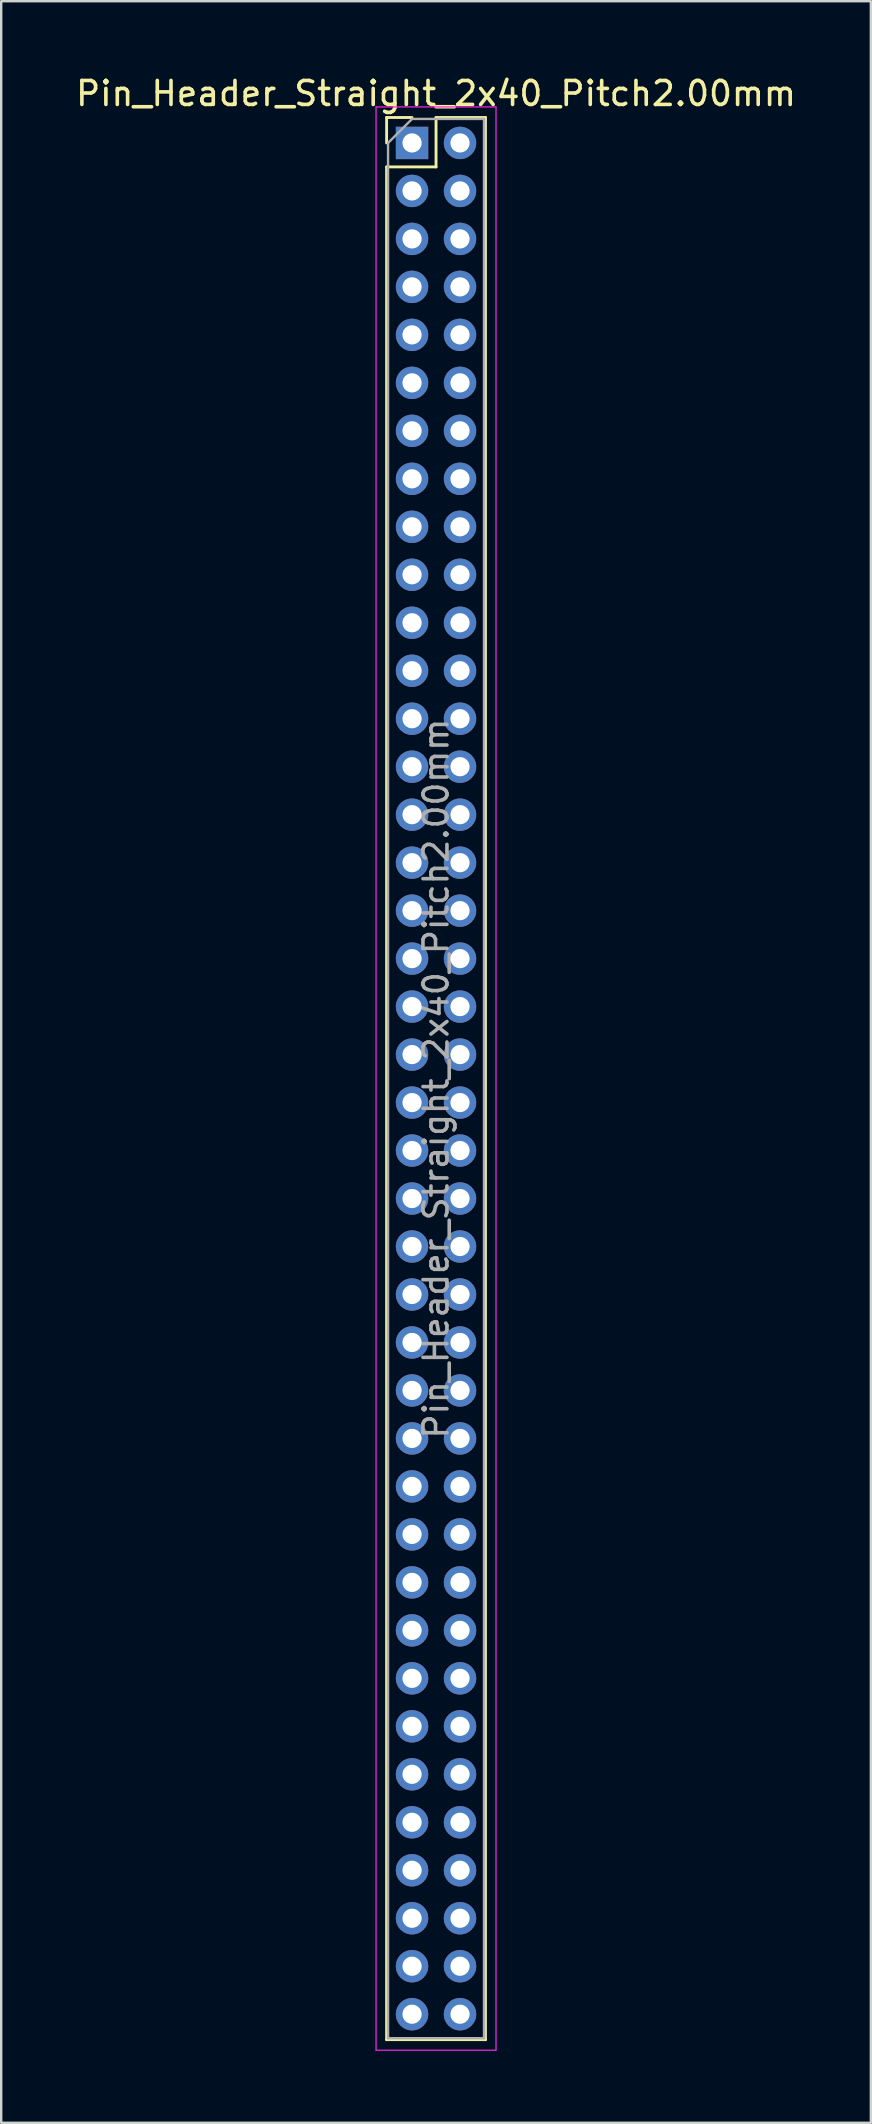
<source format=kicad_pcb>
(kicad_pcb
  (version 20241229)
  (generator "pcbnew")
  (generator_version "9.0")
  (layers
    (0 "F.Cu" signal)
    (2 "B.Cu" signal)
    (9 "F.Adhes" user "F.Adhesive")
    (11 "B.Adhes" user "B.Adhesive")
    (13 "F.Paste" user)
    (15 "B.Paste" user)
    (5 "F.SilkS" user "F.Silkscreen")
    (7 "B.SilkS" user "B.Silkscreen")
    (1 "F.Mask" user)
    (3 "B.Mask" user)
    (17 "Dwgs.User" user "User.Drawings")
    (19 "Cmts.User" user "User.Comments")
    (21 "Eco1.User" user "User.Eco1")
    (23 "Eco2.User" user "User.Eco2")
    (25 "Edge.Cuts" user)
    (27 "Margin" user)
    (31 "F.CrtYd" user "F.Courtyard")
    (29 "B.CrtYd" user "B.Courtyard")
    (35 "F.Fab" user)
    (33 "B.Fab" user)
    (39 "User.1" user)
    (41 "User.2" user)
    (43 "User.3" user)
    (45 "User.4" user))
  (footprint "Pin_Header_Straight_2x40_Pitch2.00mm"
    (layer "F.Cu")
    (at 14.125 2.908)
    (property "Reference" "Pin_Header_Straight_2x40_Pitch2.00mm" (at 1 -2.06 0) (layer "F.SilkS") (effects (font (size 1 1) (thickness 0.15))))
    (attr through_hole)
    (fp_line (start -1.06 -1.06) (end 0 -1.06) (stroke (width 0.12) (type solid)) (layer "F.SilkS"))
    (fp_line (start -1.06 0) (end -1.06 -1.06) (stroke (width 0.12) (type solid)) (layer "F.SilkS"))
    (fp_line (start -1.06 1) (end -1.06 79.06) (stroke (width 0.12) (type solid)) (layer "F.SilkS"))
    (fp_line (start -1.06 1) (end 1 1) (stroke (width 0.12) (type solid)) (layer "F.SilkS"))
    (fp_line (start -1.06 79.06) (end 3.06 79.06) (stroke (width 0.12) (type solid)) (layer "F.SilkS"))
    (fp_line (start 1 -1.06) (end 3.06 -1.06) (stroke (width 0.12) (type solid)) (layer "F.SilkS"))
    (fp_line (start 1 1) (end 1 -1.06) (stroke (width 0.12) (type solid)) (layer "F.SilkS"))
    (fp_line (start 3.06 -1.06) (end 3.06 79.06) (stroke (width 0.12) (type solid)) (layer "F.SilkS"))
    (fp_line (start -1.5 -1.5) (end -1.5 79.5) (stroke (width 0.05) (type solid)) (layer "F.CrtYd"))
    (fp_line (start -1.5 79.5) (end 3.5 79.5) (stroke (width 0.05) (type solid)) (layer "F.CrtYd"))
    (fp_line (start 3.5 -1.5) (end -1.5 -1.5) (stroke (width 0.05) (type solid)) (layer "F.CrtYd"))
    (fp_line (start 3.5 79.5) (end 3.5 -1.5) (stroke (width 0.05) (type solid)) (layer "F.CrtYd"))
    (fp_line (start -1 0) (end 0 -1) (stroke (width 0.1) (type solid)) (layer "F.Fab"))
    (fp_line (start -1 79) (end -1 0) (stroke (width 0.1) (type solid)) (layer "F.Fab"))
    (fp_line (start 0 -1) (end 3 -1) (stroke (width 0.1) (type solid)) (layer "F.Fab"))
    (fp_line (start 3 -1) (end 3 79) (stroke (width 0.1) (type solid)) (layer "F.Fab"))
    (fp_line (start 3 79) (end -1 79) (stroke (width 0.1) (type solid)) (layer "F.Fab"))
    (fp_text user "${REFERENCE}" (at 1 39 90) (layer "F.Fab") (effects (font (size 1 1) (thickness 0.15))))
    (pad "1" thru_hole rect (at 0 0) (size 1.35 1.35) (drill 0.8) (layers "*.Cu" "*.Mask"))
    (pad "2" thru_hole oval (at 2 0) (size 1.35 1.35) (drill 0.8) (layers "*.Cu" "*.Mask"))
    (pad "3" thru_hole oval (at 0 2) (size 1.35 1.35) (drill 0.8) (layers "*.Cu" "*.Mask"))
    (pad "4" thru_hole oval (at 2 2) (size 1.35 1.35) (drill 0.8) (layers "*.Cu" "*.Mask"))
    (pad "5" thru_hole oval (at 0 4) (size 1.35 1.35) (drill 0.8) (layers "*.Cu" "*.Mask"))
    (pad "6" thru_hole oval (at 2 4) (size 1.35 1.35) (drill 0.8) (layers "*.Cu" "*.Mask"))
    (pad "7" thru_hole oval (at 0 6) (size 1.35 1.35) (drill 0.8) (layers "*.Cu" "*.Mask"))
    (pad "8" thru_hole oval (at 2 6) (size 1.35 1.35) (drill 0.8) (layers "*.Cu" "*.Mask"))
    (pad "9" thru_hole oval (at 0 8) (size 1.35 1.35) (drill 0.8) (layers "*.Cu" "*.Mask"))
    (pad "10" thru_hole oval (at 2 8) (size 1.35 1.35) (drill 0.8) (layers "*.Cu" "*.Mask"))
    (pad "11" thru_hole oval (at 0 10) (size 1.35 1.35) (drill 0.8) (layers "*.Cu" "*.Mask"))
    (pad "12" thru_hole oval (at 2 10) (size 1.35 1.35) (drill 0.8) (layers "*.Cu" "*.Mask"))
    (pad "13" thru_hole oval (at 0 12) (size 1.35 1.35) (drill 0.8) (layers "*.Cu" "*.Mask"))
    (pad "14" thru_hole oval (at 2 12) (size 1.35 1.35) (drill 0.8) (layers "*.Cu" "*.Mask"))
    (pad "15" thru_hole oval (at 0 14) (size 1.35 1.35) (drill 0.8) (layers "*.Cu" "*.Mask"))
    (pad "16" thru_hole oval (at 2 14) (size 1.35 1.35) (drill 0.8) (layers "*.Cu" "*.Mask"))
    (pad "17" thru_hole oval (at 0 16) (size 1.35 1.35) (drill 0.8) (layers "*.Cu" "*.Mask"))
    (pad "18" thru_hole oval (at 2 16) (size 1.35 1.35) (drill 0.8) (layers "*.Cu" "*.Mask"))
    (pad "19" thru_hole oval (at 0 18) (size 1.35 1.35) (drill 0.8) (layers "*.Cu" "*.Mask"))
    (pad "20" thru_hole oval (at 2 18) (size 1.35 1.35) (drill 0.8) (layers "*.Cu" "*.Mask"))
    (pad "21" thru_hole oval (at 0 20) (size 1.35 1.35) (drill 0.8) (layers "*.Cu" "*.Mask"))
    (pad "22" thru_hole oval (at 2 20) (size 1.35 1.35) (drill 0.8) (layers "*.Cu" "*.Mask"))
    (pad "23" thru_hole oval (at 0 22) (size 1.35 1.35) (drill 0.8) (layers "*.Cu" "*.Mask"))
    (pad "24" thru_hole oval (at 2 22) (size 1.35 1.35) (drill 0.8) (layers "*.Cu" "*.Mask"))
    (pad "25" thru_hole oval (at 0 24) (size 1.35 1.35) (drill 0.8) (layers "*.Cu" "*.Mask"))
    (pad "26" thru_hole oval (at 2 24) (size 1.35 1.35) (drill 0.8) (layers "*.Cu" "*.Mask"))
    (pad "27" thru_hole oval (at 0 26) (size 1.35 1.35) (drill 0.8) (layers "*.Cu" "*.Mask"))
    (pad "28" thru_hole oval (at 2 26) (size 1.35 1.35) (drill 0.8) (layers "*.Cu" "*.Mask"))
    (pad "29" thru_hole oval (at 0 28) (size 1.35 1.35) (drill 0.8) (layers "*.Cu" "*.Mask"))
    (pad "30" thru_hole oval (at 2 28) (size 1.35 1.35) (drill 0.8) (layers "*.Cu" "*.Mask"))
    (pad "31" thru_hole oval (at 0 30) (size 1.35 1.35) (drill 0.8) (layers "*.Cu" "*.Mask"))
    (pad "32" thru_hole oval (at 2 30) (size 1.35 1.35) (drill 0.8) (layers "*.Cu" "*.Mask"))
    (pad "33" thru_hole oval (at 0 32) (size 1.35 1.35) (drill 0.8) (layers "*.Cu" "*.Mask"))
    (pad "34" thru_hole oval (at 2 32) (size 1.35 1.35) (drill 0.8) (layers "*.Cu" "*.Mask"))
    (pad "35" thru_hole oval (at 0 34) (size 1.35 1.35) (drill 0.8) (layers "*.Cu" "*.Mask"))
    (pad "36" thru_hole oval (at 2 34) (size 1.35 1.35) (drill 0.8) (layers "*.Cu" "*.Mask"))
    (pad "37" thru_hole oval (at 0 36) (size 1.35 1.35) (drill 0.8) (layers "*.Cu" "*.Mask"))
    (pad "38" thru_hole oval (at 2 36) (size 1.35 1.35) (drill 0.8) (layers "*.Cu" "*.Mask"))
    (pad "39" thru_hole oval (at 0 38) (size 1.35 1.35) (drill 0.8) (layers "*.Cu" "*.Mask"))
    (pad "40" thru_hole oval (at 2 38) (size 1.35 1.35) (drill 0.8) (layers "*.Cu" "*.Mask"))
    (pad "41" thru_hole oval (at 0 40) (size 1.35 1.35) (drill 0.8) (layers "*.Cu" "*.Mask"))
    (pad "42" thru_hole oval (at 2 40) (size 1.35 1.35) (drill 0.8) (layers "*.Cu" "*.Mask"))
    (pad "43" thru_hole oval (at 0 42) (size 1.35 1.35) (drill 0.8) (layers "*.Cu" "*.Mask"))
    (pad "44" thru_hole oval (at 2 42) (size 1.35 1.35) (drill 0.8) (layers "*.Cu" "*.Mask"))
    (pad "45" thru_hole oval (at 0 44) (size 1.35 1.35) (drill 0.8) (layers "*.Cu" "*.Mask"))
    (pad "46" thru_hole oval (at 2 44) (size 1.35 1.35) (drill 0.8) (layers "*.Cu" "*.Mask"))
    (pad "47" thru_hole oval (at 0 46) (size 1.35 1.35) (drill 0.8) (layers "*.Cu" "*.Mask"))
    (pad "48" thru_hole oval (at 2 46) (size 1.35 1.35) (drill 0.8) (layers "*.Cu" "*.Mask"))
    (pad "49" thru_hole oval (at 0 48) (size 1.35 1.35) (drill 0.8) (layers "*.Cu" "*.Mask"))
    (pad "50" thru_hole oval (at 2 48) (size 1.35 1.35) (drill 0.8) (layers "*.Cu" "*.Mask"))
    (pad "51" thru_hole oval (at 0 50) (size 1.35 1.35) (drill 0.8) (layers "*.Cu" "*.Mask"))
    (pad "52" thru_hole oval (at 2 50) (size 1.35 1.35) (drill 0.8) (layers "*.Cu" "*.Mask"))
    (pad "53" thru_hole oval (at 0 52) (size 1.35 1.35) (drill 0.8) (layers "*.Cu" "*.Mask"))
    (pad "54" thru_hole oval (at 2 52) (size 1.35 1.35) (drill 0.8) (layers "*.Cu" "*.Mask"))
    (pad "55" thru_hole oval (at 0 54) (size 1.35 1.35) (drill 0.8) (layers "*.Cu" "*.Mask"))
    (pad "56" thru_hole oval (at 2 54) (size 1.35 1.35) (drill 0.8) (layers "*.Cu" "*.Mask"))
    (pad "57" thru_hole oval (at 0 56) (size 1.35 1.35) (drill 0.8) (layers "*.Cu" "*.Mask"))
    (pad "58" thru_hole oval (at 2 56) (size 1.35 1.35) (drill 0.8) (layers "*.Cu" "*.Mask"))
    (pad "59" thru_hole oval (at 0 58) (size 1.35 1.35) (drill 0.8) (layers "*.Cu" "*.Mask"))
    (pad "60" thru_hole oval (at 2 58) (size 1.35 1.35) (drill 0.8) (layers "*.Cu" "*.Mask"))
    (pad "61" thru_hole oval (at 0 60) (size 1.35 1.35) (drill 0.8) (layers "*.Cu" "*.Mask"))
    (pad "62" thru_hole oval (at 2 60) (size 1.35 1.35) (drill 0.8) (layers "*.Cu" "*.Mask"))
    (pad "63" thru_hole oval (at 0 62) (size 1.35 1.35) (drill 0.8) (layers "*.Cu" "*.Mask"))
    (pad "64" thru_hole oval (at 2 62) (size 1.35 1.35) (drill 0.8) (layers "*.Cu" "*.Mask"))
    (pad "65" thru_hole oval (at 0 64) (size 1.35 1.35) (drill 0.8) (layers "*.Cu" "*.Mask"))
    (pad "66" thru_hole oval (at 2 64) (size 1.35 1.35) (drill 0.8) (layers "*.Cu" "*.Mask"))
    (pad "67" thru_hole oval (at 0 66) (size 1.35 1.35) (drill 0.8) (layers "*.Cu" "*.Mask"))
    (pad "68" thru_hole oval (at 2 66) (size 1.35 1.35) (drill 0.8) (layers "*.Cu" "*.Mask"))
    (pad "69" thru_hole oval (at 0 68) (size 1.35 1.35) (drill 0.8) (layers "*.Cu" "*.Mask"))
    (pad "70" thru_hole oval (at 2 68) (size 1.35 1.35) (drill 0.8) (layers "*.Cu" "*.Mask"))
    (pad "71" thru_hole oval (at 0 70) (size 1.35 1.35) (drill 0.8) (layers "*.Cu" "*.Mask"))
    (pad "72" thru_hole oval (at 2 70) (size 1.35 1.35) (drill 0.8) (layers "*.Cu" "*.Mask"))
    (pad "73" thru_hole oval (at 0 72) (size 1.35 1.35) (drill 0.8) (layers "*.Cu" "*.Mask"))
    (pad "74" thru_hole oval (at 2 72) (size 1.35 1.35) (drill 0.8) (layers "*.Cu" "*.Mask"))
    (pad "75" thru_hole oval (at 0 74) (size 1.35 1.35) (drill 0.8) (layers "*.Cu" "*.Mask"))
    (pad "76" thru_hole oval (at 2 74) (size 1.35 1.35) (drill 0.8) (layers "*.Cu" "*.Mask"))
    (pad "77" thru_hole oval (at 0 76) (size 1.35 1.35) (drill 0.8) (layers "*.Cu" "*.Mask"))
    (pad "78" thru_hole oval (at 2 76) (size 1.35 1.35) (drill 0.8) (layers "*.Cu" "*.Mask"))
    (pad "79" thru_hole oval (at 0 78) (size 1.35 1.35) (drill 0.8) (layers "*.Cu" "*.Mask"))
    (pad "80" thru_hole oval (at 2 78) (size 1.35 1.35) (drill 0.8) (layers "*.Cu" "*.Mask")))
  (gr_rect
    (start -3 -3)
    (end 33.25 85.433)
    (stroke (width 0.1) (type default))
    (fill no)
    (layer "Edge.Cuts")))
</source>
